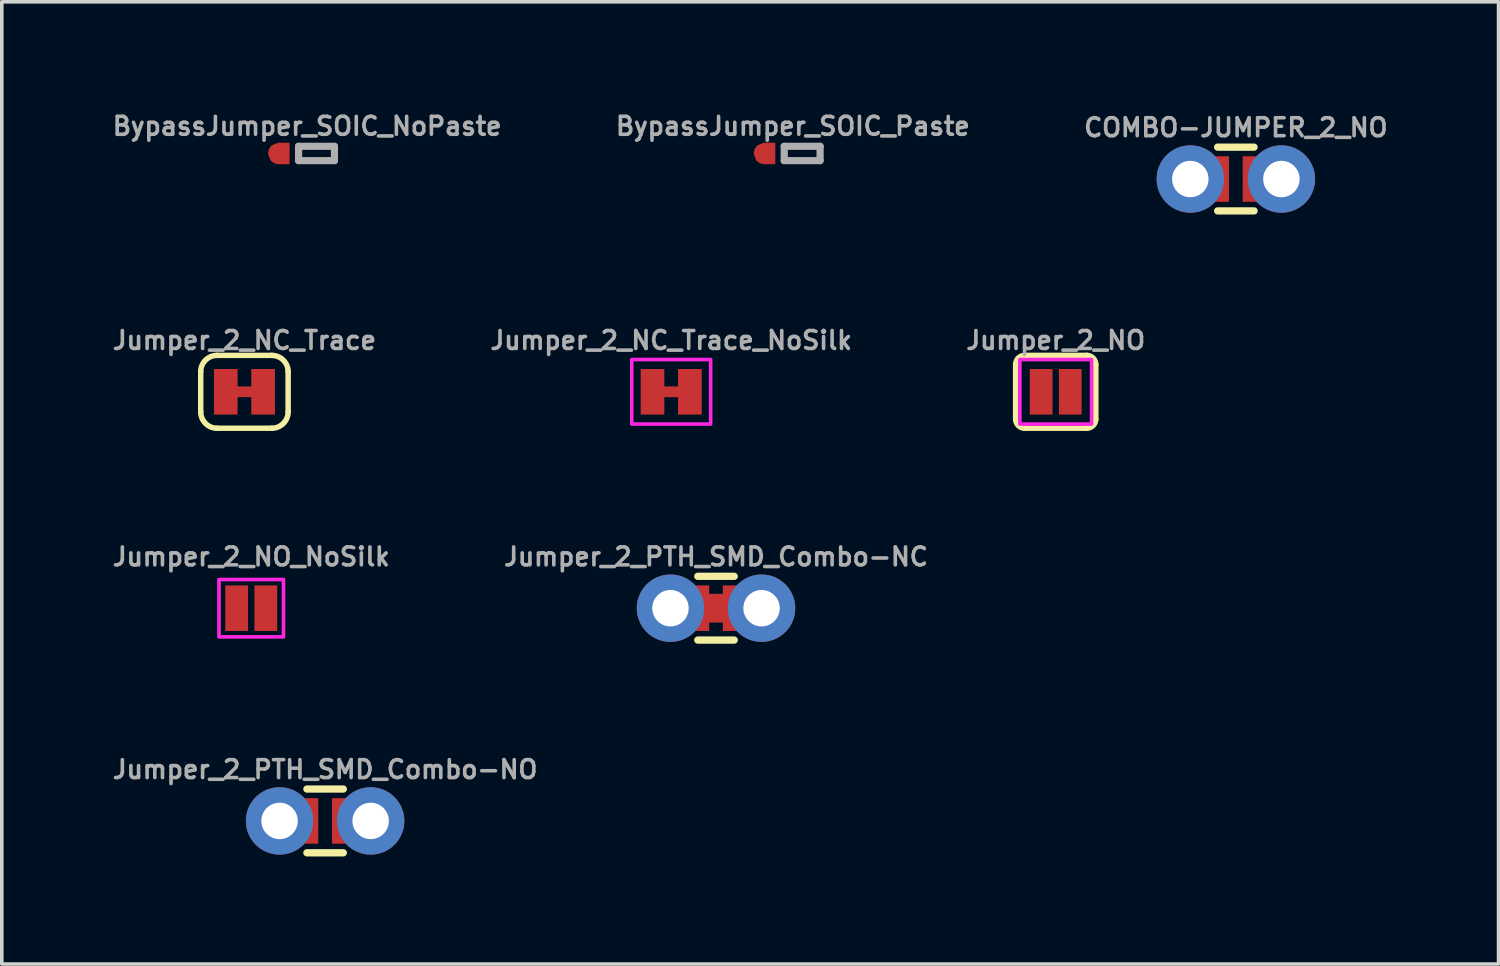
<source format=kicad_pcb>
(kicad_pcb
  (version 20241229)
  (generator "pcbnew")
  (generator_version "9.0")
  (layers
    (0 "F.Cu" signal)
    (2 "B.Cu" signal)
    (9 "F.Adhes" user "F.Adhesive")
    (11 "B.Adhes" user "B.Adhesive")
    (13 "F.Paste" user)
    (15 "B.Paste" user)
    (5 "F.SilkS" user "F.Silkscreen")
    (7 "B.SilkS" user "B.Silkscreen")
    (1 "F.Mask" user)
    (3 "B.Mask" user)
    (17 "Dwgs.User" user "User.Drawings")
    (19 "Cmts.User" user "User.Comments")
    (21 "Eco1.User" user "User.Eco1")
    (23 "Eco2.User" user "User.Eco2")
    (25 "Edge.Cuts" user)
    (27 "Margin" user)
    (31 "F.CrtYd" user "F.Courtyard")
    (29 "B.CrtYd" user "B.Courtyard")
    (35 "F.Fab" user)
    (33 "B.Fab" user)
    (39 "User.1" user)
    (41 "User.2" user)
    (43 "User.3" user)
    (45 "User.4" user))
  (footprint "Jumper_2_NO"
    (layer "F.Cu")
    (at 26.393 7.877)
    (property "Reference" "Jumper_2_NO" (at 0 -1.143 0) (layer "F.Fab") (effects (font (size 0.5 0.5) (thickness 0.1) (bold yes)) (justify bottom)))
    (fp_line (start -1.118 0.762) (end -1.118 -0.762) (stroke (width 0.152) (type solid)) (layer "F.SilkS"))
    (fp_line (start -0.864 -1.016) (end 0.864 -1.016) (stroke (width 0.152) (type solid)) (layer "F.SilkS"))
    (fp_line (start 0.864 1.016) (end -0.864 1.016) (stroke (width 0.152) (type solid)) (layer "F.SilkS"))
    (fp_line (start 1.118 0.762) (end 1.118 -0.762) (stroke (width 0.152) (type solid)) (layer "F.SilkS"))
    (fp_arc (start -1.1176 -0.762) (mid -1.043205 -0.941605) (end -0.8636 -1.016) (stroke (width 0.1524) (type solid)) (layer "F.SilkS"))
    (fp_arc (start -0.8636 1.016) (mid -1.043205 0.941605) (end -1.1176 0.762) (stroke (width 0.1524) (type solid)) (layer "F.SilkS"))
    (fp_arc (start 0.8636 -1.016) (mid 1.043205 -0.941605) (end 1.1176 -0.762) (stroke (width 0.1524) (type solid)) (layer "F.SilkS"))
    (fp_arc (start 1.1176 0.762) (mid 1.043205 0.941605) (end 0.8636 1.016) (stroke (width 0.1524) (type solid)) (layer "F.SilkS"))
    (fp_rect (start 1 -0.9) (end -1 0.9) (stroke (width 0.1) (type default)) (fill no) (layer "F.CrtYd"))
    (pad "1" smd rect (at -0.406 0) (size 0.635 1.27) (layers "F.Cu" "F.Mask"))
    (pad "2" smd rect (at 0.406 0) (size 0.635 1.27) (layers "F.Cu" "F.Mask")))
  (footprint "Jumper_2_PTH_SMD_Combo-NC"
    (layer "F.Cu")
    (at 16.919 13.912)
    (property "Reference" "Jumper_2_PTH_SMD_Combo-NC" (at 0 -1.143 0) (layer "F.Fab") (effects (font (size 0.5 0.5) (thickness 0.1) (bold yes)) (justify bottom)))
    (fp_rect (start -0.25 -0.4) (end 0.25 0.4) (stroke (width 0) (type solid)) (fill yes) (layer "F.Cu"))
    (fp_poly (pts (xy 0.254 0.724) (xy -0.254 0.724) (xy -0.254 -0.724) (xy 0.254 -0.724)) (stroke (width 0) (type default)) (fill yes) (layer "F.Mask"))
    (fp_line (start 0.508 -0.889) (end -0.508 -0.889) (stroke (width 0.203) (type solid)) (layer "F.SilkS"))
    (fp_line (start 0.508 0.889) (end -0.508 0.889) (stroke (width 0.203) (type solid)) (layer "F.SilkS"))
    (fp_poly (pts (xy -1.524 0.254) (xy -1.016 0.254) (xy -1.016 -0.254) (xy -1.524 -0.254)) (stroke (width 0.1) (type default)) (fill no) (layer "F.Fab"))
    (fp_poly (pts (xy 1.016 0.254) (xy 1.524 0.254) (xy 1.524 -0.254) (xy 1.016 -0.254)) (stroke (width 0.1) (type default)) (fill no) (layer "F.Fab"))
    (pad "1" thru_hole circle (at -1.27 0 90) (size 1.88 1.88) (drill 1.016) (layers "*.Cu" "*.Mask"))
    (pad "1" smd rect (at -0.508 0) (size 0.635 1.27) (layers "F.Cu" "F.Mask"))
    (pad "2" smd rect (at 0.508 0) (size 0.635 1.27) (layers "F.Cu" "F.Mask"))
    (pad "2" thru_hole circle (at 1.27 0 90) (size 1.88 1.88) (drill 1.016) (layers "*.Cu" "*.Mask")))
  (footprint "BypassJumper_SOIC_NoPaste"
    (layer "F.Cu")
    (at 2.977 1.23)
    (property "Reference" "BypassJumper_SOIC_NoPaste" (at 2.54 -0.762 0) (layer "F.Fab") (effects (font (size 0.5 0.5) (thickness 0.1) (bold yes))))
    (fp_poly (pts (xy 2.05 0.3) (xy 1.74 0.3) (xy 1.634 0.279) (xy 1.528 0.208) (xy 1.446 0.01) (xy 1.471 -0.116) (xy 1.542 -0.222) (xy 1.73 -0.3) (xy 2.05 -0.3)) (stroke (width 0) (type default)) (fill yes) (layer "F.Cu"))
    (fp_poly (pts (xy 3.305 -0.404) (xy 3.378 -0.389) (xy 3.445 -0.345) (xy 3.489 -0.278) (xy 3.505 -0.2) (xy 3.505 0.205) (xy 3.504 0.205) (xy 3.489 0.278) (xy 3.445 0.345) (xy 3.301 0.405) (xy 1.75 0.405) (xy 1.625 0.385) (xy 1.512 0.328) (xy 1.422 0.238) (xy 1.345 0.000403) (xy 1.365 -0.125) (xy 1.422 -0.238) (xy 1.512 -0.328) (xy 1.749 -0.405) (xy 3.305 -0.405)) (stroke (width 0) (type default)) (fill yes) (layer "F.Mask"))
    (fp_line (start 2.3 -0.2) (end 3.3 -0.2) (stroke (width 0.2) (type solid)) (layer "F.Fab"))
    (fp_line (start 2.3 0.2) (end 2.3 -0.2) (stroke (width 0.2) (type solid)) (layer "F.Fab"))
    (fp_line (start 3.3 -0.2) (end 3.3 0.2) (stroke (width 0.2) (type solid)) (layer "F.Fab"))
    (fp_line (start 3.3 0.2) (end 2.3 0.2) (stroke (width 0.2) (type solid)) (layer "F.Fab"))
    (fp_poly (pts (xy 2.3 0.2) (xy 3.3 0.2) (xy 3.3 -0.2) (xy 2.3 -0.2)) (stroke (width 0.1) (type default)) (fill no) (layer "F.Fab"))
    (pad "1" smd roundrect (at 1.75 0 90) (size 0.55 0.55) (layers "F.Cu") (roundrect_rratio 0.5)))
  (footprint "Jumper_2_PTH_SMD_Combo-NO"
    (layer "F.Cu")
    (at 6.017 19.845)
    (property "Reference" "Jumper_2_PTH_SMD_Combo-NO" (at 0 -1.143 0) (layer "F.Fab") (effects (font (size 0.5 0.5) (thickness 0.1) (bold yes)) (justify bottom)))
    (fp_poly (pts (xy 0.254 0.724) (xy -0.254 0.724) (xy -0.254 -0.724) (xy 0.254 -0.724)) (stroke (width 0) (type default)) (fill yes) (layer "F.Mask"))
    (fp_line (start 0.508 -0.889) (end -0.508 -0.889) (stroke (width 0.203) (type solid)) (layer "F.SilkS"))
    (fp_line (start 0.508 0.889) (end -0.508 0.889) (stroke (width 0.203) (type solid)) (layer "F.SilkS"))
    (fp_poly (pts (xy -1.524 0.254) (xy -1.016 0.254) (xy -1.016 -0.254) (xy -1.524 -0.254)) (stroke (width 0.1) (type default)) (fill no) (layer "F.Fab"))
    (fp_poly (pts (xy 1.016 0.254) (xy 1.524 0.254) (xy 1.524 -0.254) (xy 1.016 -0.254)) (stroke (width 0.1) (type default)) (fill no) (layer "F.Fab"))
    (pad "1" thru_hole circle (at -1.27 0 90) (size 1.88 1.88) (drill 1.016) (layers "*.Cu" "*.Mask"))
    (pad "1" smd rect (at -0.508 0) (size 0.635 1.27) (layers "F.Cu" "F.Mask"))
    (pad "2" smd rect (at 0.508 0) (size 0.635 1.27) (layers "F.Cu" "F.Mask"))
    (pad "2" thru_hole circle (at 1.27 0 90) (size 1.88 1.88) (drill 1.016) (layers "*.Cu" "*.Mask")))
  (footprint "COMBO-JUMPER_2_NO"
    (layer "F.Cu")
    (at 31.417 1.943)
    (property "Reference" "COMBO-JUMPER_2_NO" (at 0 -1.143 0) (layer "F.Fab") (effects (font (size 0.5 0.5) (thickness 0.1) (bold yes)) (justify bottom)))
    (fp_poly (pts (xy 0.254 0.724) (xy -0.254 0.724) (xy -0.254 -0.724) (xy 0.254 -0.724)) (stroke (width 0) (type default)) (fill yes) (layer "F.Mask"))
    (fp_line (start 0.508 -0.889) (end -0.508 -0.889) (stroke (width 0.203) (type solid)) (layer "F.SilkS"))
    (fp_line (start 0.508 0.889) (end -0.508 0.889) (stroke (width 0.203) (type solid)) (layer "F.SilkS"))
    (fp_poly (pts (xy -1.524 0.254) (xy -1.016 0.254) (xy -1.016 -0.254) (xy -1.524 -0.254)) (stroke (width 0.1) (type default)) (fill no) (layer "F.Fab"))
    (fp_poly (pts (xy 1.016 0.254) (xy 1.524 0.254) (xy 1.524 -0.254) (xy 1.016 -0.254)) (stroke (width 0.1) (type default)) (fill no) (layer "F.Fab"))
    (pad "1" thru_hole circle (at -1.27 0 90) (size 1.88 1.88) (drill 1.016) (layers "*.Cu" "*.Mask"))
    (pad "1" smd rect (at -0.508 0) (size 0.635 1.27) (layers "F.Cu" "F.Mask"))
    (pad "2" smd rect (at 0.508 0) (size 0.635 1.27) (layers "F.Cu" "F.Mask"))
    (pad "2" thru_hole circle (at 1.27 0 90) (size 1.88 1.88) (drill 1.016) (layers "*.Cu" "*.Mask")))
  (footprint "Jumper_2_NC_Trace"
    (layer "F.Cu")
    (at 3.767 7.877)
    (property "Reference" "Jumper_2_NC_Trace" (at 0 -1.143 0) (layer "F.Fab") (effects (font (size 0.5 0.5) (thickness 0.1) (bold yes)) (justify bottom)))
    (fp_poly (pts (xy -0.25 -0.15) (xy 0.25 -0.15) (xy 0.25 0.15) (xy -0.25 0.15)) (stroke (width 0) (type solid)) (fill yes) (layer "F.Cu"))
    (fp_poly (pts (xy 0.254 0.24) (xy -0.254 0.24) (xy -0.254 -0.24) (xy 0.254 -0.24)) (stroke (width 0) (type default)) (fill yes) (layer "F.Mask"))
    (fp_line (start -1.219 0.559) (end -1.219 -0.559) (stroke (width 0.152) (type solid)) (layer "F.SilkS"))
    (fp_line (start -0.762 -1.016) (end 0.762 -1.016) (stroke (width 0.152) (type solid)) (layer "F.SilkS"))
    (fp_line (start 0.762 1.016) (end -0.762 1.016) (stroke (width 0.152) (type solid)) (layer "F.SilkS"))
    (fp_line (start 1.219 0.559) (end 1.219 -0.559) (stroke (width 0.152) (type solid)) (layer "F.SilkS"))
    (fp_arc (start -1.2192 -0.5588) (mid -1.085289 -0.882089) (end -0.762 -1.016) (stroke (width 0.1524) (type solid)) (layer "F.SilkS"))
    (fp_arc (start -0.762 1.016) (mid -1.085289 0.882089) (end -1.2192 0.5588) (stroke (width 0.1524) (type solid)) (layer "F.SilkS"))
    (fp_arc (start 0.762 -1.016) (mid 1.08529 -0.88209) (end 1.2192 -0.5588) (stroke (width 0.1524) (type solid)) (layer "F.SilkS"))
    (fp_arc (start 1.2192 0.5588) (mid 1.08529 0.88209) (end 0.762 1.016) (stroke (width 0.1524) (type solid)) (layer "F.SilkS"))
    (fp_rect (start -1.1 -0.9) (end 1.2 0.9) (stroke (width 0.1) (type default)) (fill no) (layer "Margin"))
    (pad "1" smd rect (at -0.521 0) (size 0.66 1.27) (layers "F.Cu" "F.Mask"))
    (pad "2" smd rect (at 0.521 0) (size 0.66 1.27) (layers "F.Cu" "F.Mask")))
  (footprint "BypassJumper_SOIC_Paste"
    (layer "F.Cu")
    (at 16.522 1.23)
    (property "Reference" "BypassJumper_SOIC_Paste" (at 2.54 -0.762 0) (unlocked yes) (layer "F.Fab") (effects (font (size 0.5 0.5) (thickness 0.1) (bold yes))))
    (fp_poly (pts (xy 2.05 0.3) (xy 1.74 0.3) (xy 1.634 0.279) (xy 1.528 0.208) (xy 1.446 0.01) (xy 1.471 -0.116) (xy 1.542 -0.222) (xy 1.73 -0.3) (xy 2.05 -0.3)) (stroke (width 0) (type default)) (fill yes) (layer "F.Cu"))
    (fp_poly (pts (xy 3.305 -0.404) (xy 3.378 -0.389) (xy 3.445 -0.345) (xy 3.489 -0.278) (xy 3.505 -0.2) (xy 3.505 0.205) (xy 3.504 0.205) (xy 3.489 0.278) (xy 3.445 0.345) (xy 3.301 0.405) (xy 1.75 0.405) (xy 1.625 0.385) (xy 1.512 0.328) (xy 1.422 0.238) (xy 1.345 0.000403) (xy 1.365 -0.125) (xy 1.422 -0.238) (xy 1.512 -0.328) (xy 1.749 -0.405) (xy 3.305 -0.405)) (stroke (width 0) (type default)) (fill yes) (layer "F.Mask"))
    (fp_poly (pts (xy 3.39 -0.356) (xy 3.456 -0.29) (xy 3.48 -0.201) (xy 3.48 0.201) (xy 3.456 0.29) (xy 3.39 0.356) (xy 3.301 0.38) (xy 1.75 0.38) (xy 1.633 0.361) (xy 1.527 0.307) (xy 1.442 0.223) (xy 1.37 0.000403) (xy 1.389 -0.117) (xy 1.443 -0.223) (xy 1.527 -0.308) (xy 1.749 -0.38) (xy 3.301 -0.38)) (stroke (width 0) (type default)) (fill yes) (layer "F.Paste"))
    (fp_line (start 2.3 -0.2) (end 3.3 -0.2) (stroke (width 0.2) (type solid)) (layer "F.Fab"))
    (fp_line (start 2.3 0.2) (end 2.3 -0.2) (stroke (width 0.2) (type solid)) (layer "F.Fab"))
    (fp_line (start 3.3 -0.2) (end 3.3 0.2) (stroke (width 0.2) (type solid)) (layer "F.Fab"))
    (fp_line (start 3.3 0.2) (end 2.3 0.2) (stroke (width 0.2) (type solid)) (layer "F.Fab"))
    (fp_poly (pts (xy 2.3 0.2) (xy 3.3 0.2) (xy 3.3 -0.2) (xy 2.3 -0.2)) (stroke (width 0.1) (type default)) (fill no) (layer "F.Fab"))
    (pad "1" smd roundrect (at 1.75 0 90) (size 0.55 0.55) (layers "F.Cu") (roundrect_rratio 0.5)))
  (footprint "Jumper_2_NC_Trace_NoSilk"
    (layer "F.Cu")
    (at 15.669 7.877)
    (property "Reference" "Jumper_2_NC_Trace_NoSilk" (at 0 -1.143 0) (layer "F.Fab") (effects (font (size 0.5 0.5) (thickness 0.1) (bold yes)) (justify bottom)))
    (attr allow_soldermask_bridges)
    (fp_poly (pts (xy -0.25 -0.15) (xy 0.25 -0.15) (xy 0.25 0.15) (xy -0.25 0.15)) (stroke (width 0) (type solid)) (fill yes) (layer "F.Cu"))
    (fp_poly (pts (xy 0.254 0.24) (xy -0.254 0.24) (xy -0.254 -0.24) (xy 0.254 -0.24)) (stroke (width 0) (type default)) (fill yes) (layer "F.Mask"))
    (fp_rect (start 1.1 -0.9) (end -1.1 0.9) (stroke (width 0.1) (type default)) (fill no) (layer "F.CrtYd"))
    (pad "1" smd rect (at -0.521 0) (size 0.66 1.27) (layers "F.Cu" "F.Mask"))
    (pad "2" smd rect (at 0.521 0) (size 0.66 1.27) (layers "F.Cu" "F.Mask")))
  (footprint "Jumper_2_NO_NoSilk"
    (layer "F.Cu")
    (at 3.957 13.912)
    (property "Reference" "Jumper_2_NO_NoSilk" (at 0 -1.143 0) (layer "F.Fab") (effects (font (size 0.5 0.5) (thickness 0.1) (bold yes)) (justify bottom)))
    (fp_rect (start -0.9 -0.8) (end 0.9 0.8) (stroke (width 0.1) (type default)) (fill no) (layer "F.CrtYd"))
    (pad "1" smd rect (at -0.406 0) (size 0.635 1.27) (layers "F.Cu" "F.Mask"))
    (pad "2" smd rect (at 0.406 0) (size 0.635 1.27) (layers "F.Cu" "F.Mask")))
  (gr_rect
    (start -3 -3)
    (end 38.743 23.836)
    (stroke (width 0.1) (type default))
    (fill no)
    (layer "Edge.Cuts")))
</source>
